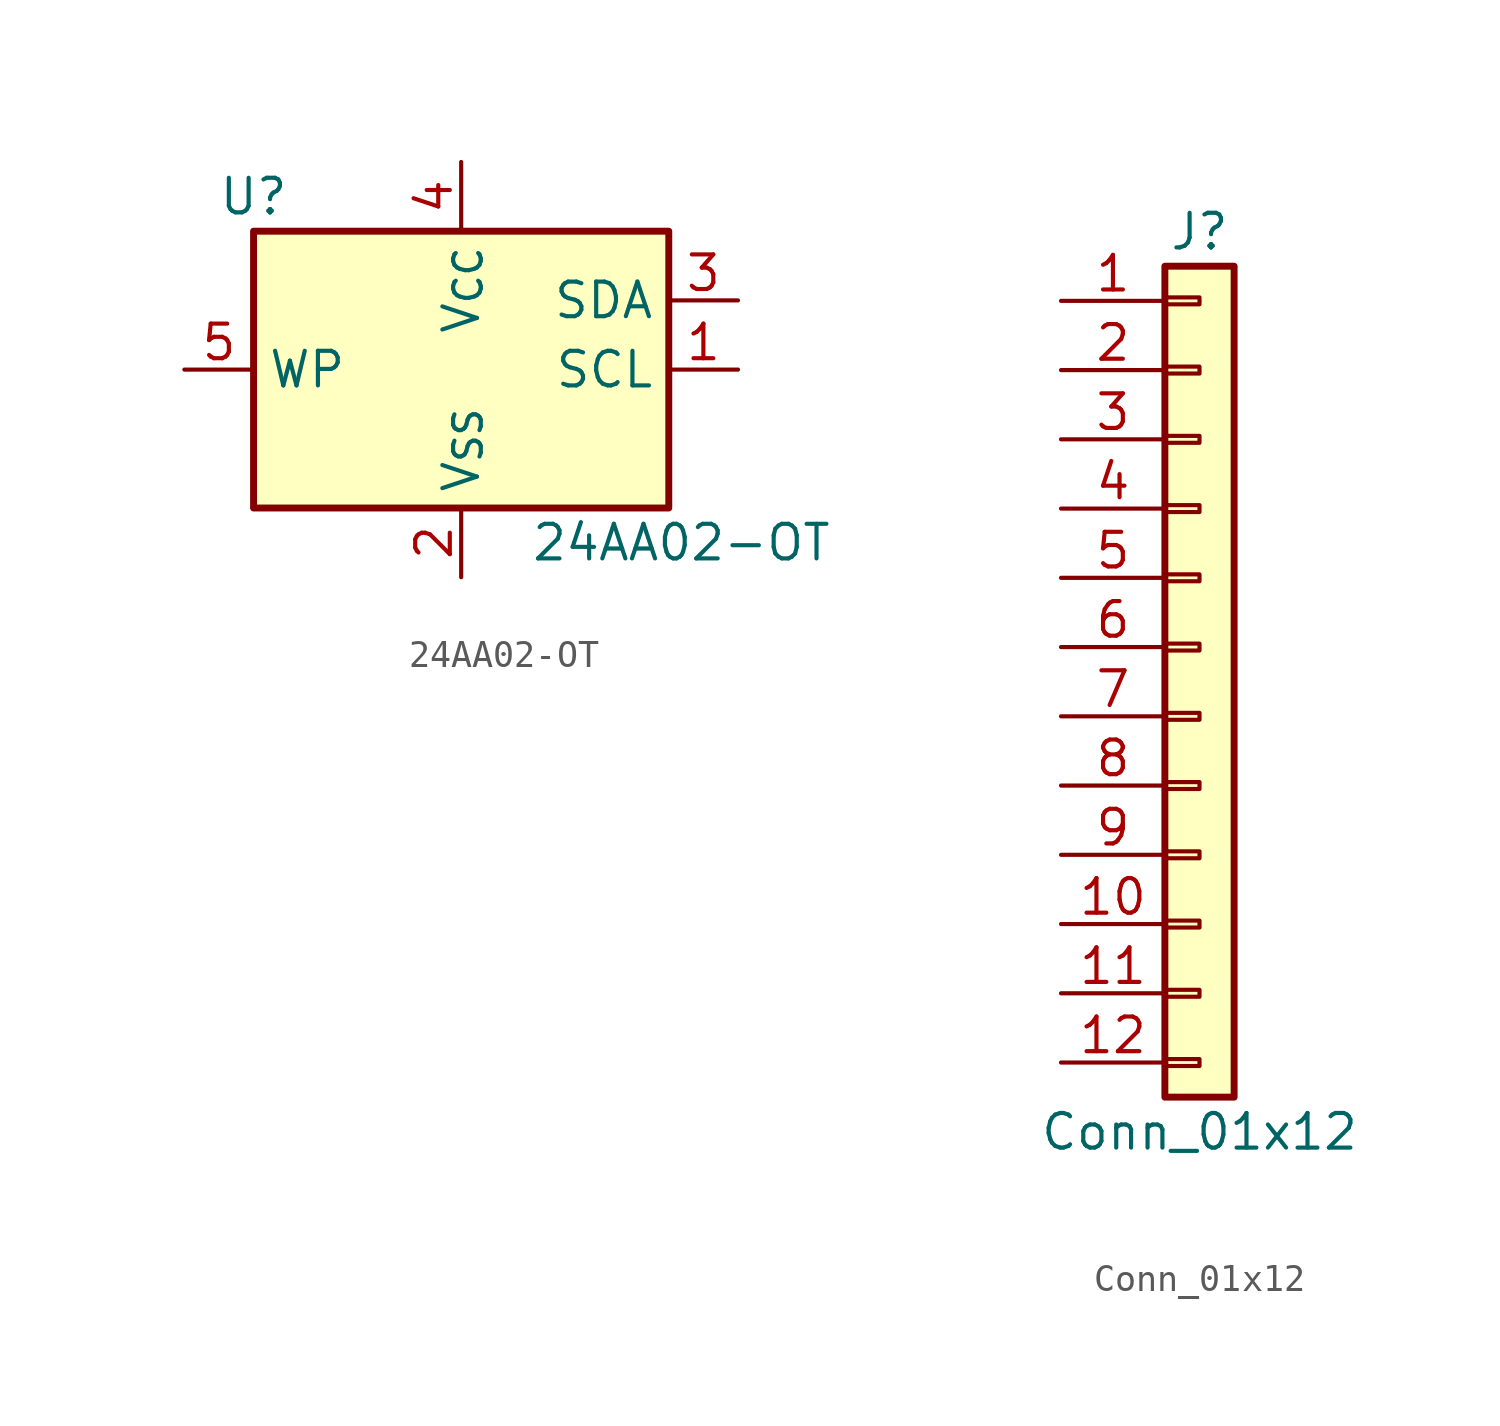
<source format=kicad_sym>
(kicad_symbol_lib
  (version 20220914)
  (generator kicad_symbol_editor)
  (symbol "24AA02-OT"
    (property "Reference" "U"
      (at -7.62 6.35 0)
      (effects (font (size 1.27 1.27))))
    (property "Value" "24AA02-OT"
      (at 2.54 -6.35 0)
      (effects (font (size 1.27 1.27)) (justify left)))
    (symbol "24AA02-OT_1_1"
      (rectangle (start -7.62 5.08) (end 7.62 -5.08) (stroke (width 0.254) (type default)) (fill (type background)))
      (pin input line (at 10.16 0 180) (length 2.54) (name "SCL" (effects (font (size 1.27 1.27)))) (number "1" (effects (font (size 1.27 1.27)))))
      (pin power_in line (at 0 -7.62 90) (length 2.54) (name "V_{SS}" (effects (font (size 1.27 1.27)))) (number "2" (effects (font (size 1.27 1.27)))))
      (pin bidirectional line (at 10.16 2.54 180) (length 2.54) (name "SDA" (effects (font (size 1.27 1.27)))) (number "3" (effects (font (size 1.27 1.27)))))
      (pin power_in line (at 0 7.62 270) (length 2.54) (name "V_{CC}" (effects (font (size 1.27 1.27)))) (number "4" (effects (font (size 1.27 1.27)))))
      (pin input line (at -10.16 0 0) (length 2.54) (name "WP" (effects (font (size 1.27 1.27)))) (number "5" (effects (font (size 1.27 1.27)))))))
  (symbol "Conn_01x12"
    (pin_names
      (offset 1.016) hide)
    (property "Reference" "J"
      (at 0 15.24 0)
      (effects (font (size 1.27 1.27))))
    (property "Value" "Conn_01x12"
      (at 0 -17.78 0)
      (effects (font (size 1.27 1.27))))
    (symbol "Conn_01x12_1_1"
      (rectangle (start -1.27 -15.113) (end 0 -15.367) (stroke (width 0.152) (type default)) (fill (type none)))
      (rectangle (start -1.27 -12.573) (end 0 -12.827) (stroke (width 0.152) (type default)) (fill (type none)))
      (rectangle (start -1.27 -10.033) (end 0 -10.287) (stroke (width 0.152) (type default)) (fill (type none)))
      (rectangle (start -1.27 -7.493) (end 0 -7.747) (stroke (width 0.152) (type default)) (fill (type none)))
      (rectangle (start -1.27 -4.953) (end 0 -5.207) (stroke (width 0.152) (type default)) (fill (type none)))
      (rectangle (start -1.27 -2.413) (end 0 -2.667) (stroke (width 0.152) (type default)) (fill (type none)))
      (rectangle (start -1.27 0.127) (end 0 -0.127) (stroke (width 0.152) (type default)) (fill (type none)))
      (rectangle (start -1.27 2.667) (end 0 2.413) (stroke (width 0.152) (type default)) (fill (type none)))
      (rectangle (start -1.27 5.207) (end 0 4.953) (stroke (width 0.152) (type default)) (fill (type none)))
      (rectangle (start -1.27 7.747) (end 0 7.493) (stroke (width 0.152) (type default)) (fill (type none)))
      (rectangle (start -1.27 10.287) (end 0 10.033) (stroke (width 0.152) (type default)) (fill (type none)))
      (rectangle (start -1.27 12.827) (end 0 12.573) (stroke (width 0.152) (type default)) (fill (type none)))
      (rectangle (start -1.27 13.97) (end 1.27 -16.51) (stroke (width 0.254) (type default)) (fill (type background)))
      (pin passive line (at -5.08 12.7 0) (length 3.81) (name "Pin_1" (effects (font (size 1.27 1.27)))) (number "1" (effects (font (size 1.27 1.27)))))
      (pin passive line (at -5.08 -10.16 0) (length 3.81) (name "Pin_10" (effects (font (size 1.27 1.27)))) (number "10" (effects (font (size 1.27 1.27)))))
      (pin passive line (at -5.08 -12.7 0) (length 3.81) (name "Pin_11" (effects (font (size 1.27 1.27)))) (number "11" (effects (font (size 1.27 1.27)))))
      (pin passive line (at -5.08 -15.24 0) (length 3.81) (name "Pin_12" (effects (font (size 1.27 1.27)))) (number "12" (effects (font (size 1.27 1.27)))))
      (pin passive line (at -5.08 10.16 0) (length 3.81) (name "Pin_2" (effects (font (size 1.27 1.27)))) (number "2" (effects (font (size 1.27 1.27)))))
      (pin passive line (at -5.08 7.62 0) (length 3.81) (name "Pin_3" (effects (font (size 1.27 1.27)))) (number "3" (effects (font (size 1.27 1.27)))))
      (pin passive line (at -5.08 5.08 0) (length 3.81) (name "Pin_4" (effects (font (size 1.27 1.27)))) (number "4" (effects (font (size 1.27 1.27)))))
      (pin passive line (at -5.08 2.54 0) (length 3.81) (name "Pin_5" (effects (font (size 1.27 1.27)))) (number "5" (effects (font (size 1.27 1.27)))))
      (pin passive line (at -5.08 0 0) (length 3.81) (name "Pin_6" (effects (font (size 1.27 1.27)))) (number "6" (effects (font (size 1.27 1.27)))))
      (pin passive line (at -5.08 -2.54 0) (length 3.81) (name "Pin_7" (effects (font (size 1.27 1.27)))) (number "7" (effects (font (size 1.27 1.27)))))
      (pin passive line (at -5.08 -5.08 0) (length 3.81) (name "Pin_8" (effects (font (size 1.27 1.27)))) (number "8" (effects (font (size 1.27 1.27)))))
      (pin passive line (at -5.08 -7.62 0) (length 3.81) (name "Pin_9" (effects (font (size 1.27 1.27)))) (number "9" (effects (font (size 1.27 1.27))))))))
</source>
